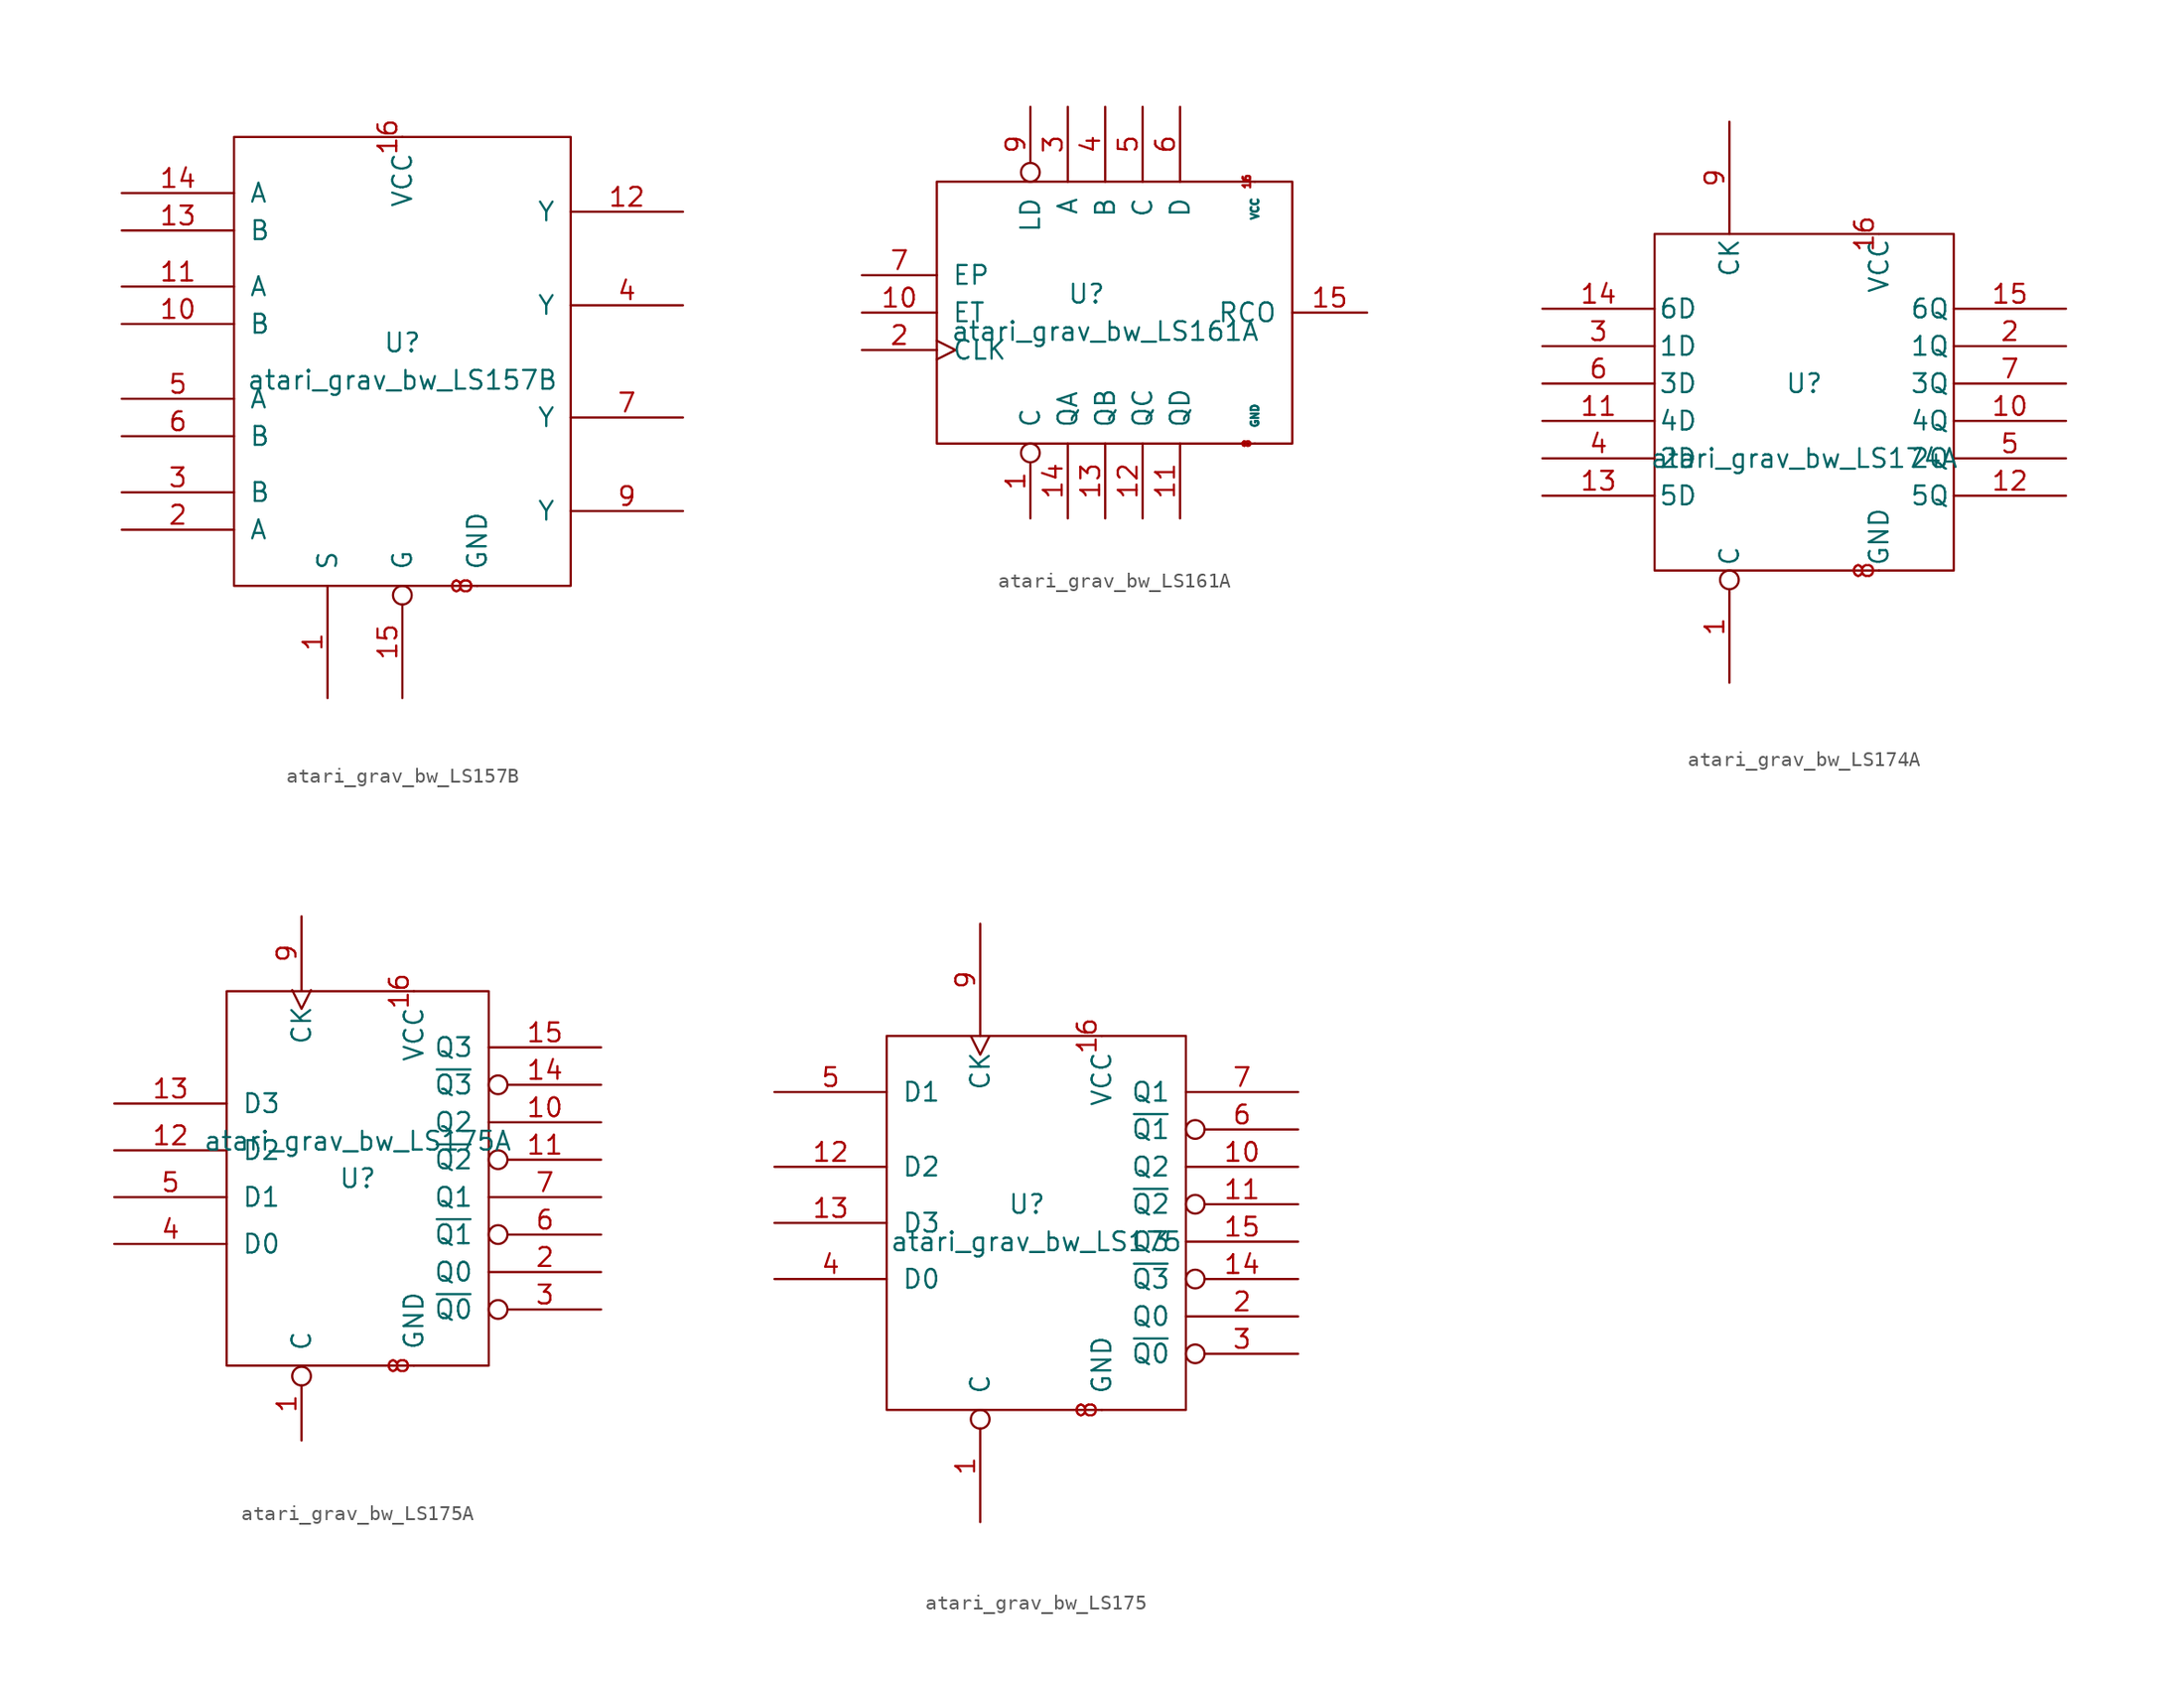
<source format=kicad_sym>
(kicad_symbol_lib
  (version 20211014)
  (generator kicad_symbol_editor)
  (symbol "atari_grav_bw_LS157B"
    (pin_names
      (offset 1.016))
    (property "Reference" "U"
      (at 0 1.27 0)
      (effects (font (size 1.27 1.27))))
    (property "Value" "atari_grav_bw_LS157B"
      (at 0 -1.27 0)
      (effects (font (size 1.27 1.27))))
    (symbol "atari_grav_bw_LS157B_1_1"
      (rectangle (start -11.43 15.24) (end 11.43 -15.24) (stroke (width 0) (type default) (color 0 0 0 0)) (fill (type none)))
      (pin input line (at -5.08 -22.86 90) (length 7.62) (name "S" (effects (font (size 1.27 1.27)))) (number "1" (effects (font (size 1.27 1.27)))))
      (pin input line (at -19.05 2.54 0) (length 7.62) (name "B" (effects (font (size 1.27 1.27)))) (number "10" (effects (font (size 1.27 1.27)))))
      (pin input line (at -19.05 5.08 0) (length 7.62) (name "A" (effects (font (size 1.27 1.27)))) (number "11" (effects (font (size 1.27 1.27)))))
      (pin output line (at 19.05 10.16 180) (length 7.62) (name "Y" (effects (font (size 1.27 1.27)))) (number "12" (effects (font (size 1.27 1.27)))))
      (pin input line (at -19.05 8.89 0) (length 7.62) (name "B" (effects (font (size 1.27 1.27)))) (number "13" (effects (font (size 1.27 1.27)))))
      (pin input line (at -19.05 11.43 0) (length 7.62) (name "A" (effects (font (size 1.27 1.27)))) (number "14" (effects (font (size 1.27 1.27)))))
      (pin input inverted (at 0 -22.86 90) (length 7.62) (name "G" (effects (font (size 1.27 1.27)))) (number "15" (effects (font (size 1.27 1.27)))))
      (pin power_in line (at 0 15.24 270) (length 0) (name "VCC" (effects (font (size 1.27 1.27)))) (number "16" (effects (font (size 1.27 1.27)))))
      (pin input line (at -19.05 -11.43 0) (length 7.62) (name "A" (effects (font (size 1.27 1.27)))) (number "2" (effects (font (size 1.27 1.27)))))
      (pin input line (at -19.05 -8.89 0) (length 7.62) (name "B" (effects (font (size 1.27 1.27)))) (number "3" (effects (font (size 1.27 1.27)))))
      (pin output line (at 19.05 3.81 180) (length 7.62) (name "Y" (effects (font (size 1.27 1.27)))) (number "4" (effects (font (size 1.27 1.27)))))
      (pin input line (at -19.05 -2.54 0) (length 7.62) (name "A" (effects (font (size 1.27 1.27)))) (number "5" (effects (font (size 1.27 1.27)))))
      (pin input line (at -19.05 -5.08 0) (length 7.62) (name "B" (effects (font (size 1.27 1.27)))) (number "6" (effects (font (size 1.27 1.27)))))
      (pin output line (at 19.05 -3.81 180) (length 7.62) (name "Y" (effects (font (size 1.27 1.27)))) (number "7" (effects (font (size 1.27 1.27)))))
      (pin power_in line (at 5.08 -15.24 90) (length 0) (name "GND" (effects (font (size 1.27 1.27)))) (number "8" (effects (font (size 1.27 1.27)))))
      (pin output line (at 19.05 -10.16 180) (length 7.62) (name "Y" (effects (font (size 1.27 1.27)))) (number "9" (effects (font (size 1.27 1.27)))))))
  (symbol "atari_grav_bw_LS161A"
    (pin_names
      (offset 1.016))
    (property "Reference" "U"
      (at -2.54 1.27 0)
      (effects (font (size 1.27 1.27))))
    (property "Value" "atari_grav_bw_LS161A"
      (at -1.27 -1.27 0)
      (effects (font (size 1.27 1.27))))
    (symbol "atari_grav_bw_LS161A_0_1"
      (rectangle (start -12.7 8.89) (end 11.43 -8.89) (stroke (width 0) (type default) (color 0 0 0 0)) (fill (type none))))
    (symbol "atari_grav_bw_LS161A_1_1"
      (pin input inverted (at -6.35 -13.97 90) (length 5.08) (name "C" (effects (font (size 1.27 1.27)))) (number "1" (effects (font (size 1.27 1.27)))))
      (pin input line (at -17.78 0 0) (length 5.08) (name "ET" (effects (font (size 1.27 1.27)))) (number "10" (effects (font (size 1.27 1.27)))))
      (pin output line (at 3.81 -13.97 90) (length 5.08) (name "QD" (effects (font (size 1.27 1.27)))) (number "11" (effects (font (size 1.27 1.27)))))
      (pin output line (at 1.27 -13.97 90) (length 5.08) (name "QC" (effects (font (size 1.27 1.27)))) (number "12" (effects (font (size 1.27 1.27)))))
      (pin output line (at -1.27 -13.97 90) (length 5.08) (name "QB" (effects (font (size 1.27 1.27)))) (number "13" (effects (font (size 1.27 1.27)))))
      (pin output line (at -3.81 -13.97 90) (length 5.08) (name "QA" (effects (font (size 1.27 1.27)))) (number "14" (effects (font (size 1.27 1.27)))))
      (pin output line (at 16.51 0 180) (length 5.08) (name "RCO" (effects (font (size 1.27 1.27)))) (number "15" (effects (font (size 1.27 1.27)))))
      (pin power_in line (at 8.89 8.89 270) (length 0) (name "VCC" (effects (font (size 0.508 0.508)))) (number "16" (effects (font (size 0.508 0.508)))))
      (pin input clock (at -17.78 -2.54 0) (length 5.08) (name "CLK" (effects (font (size 1.27 1.27)))) (number "2" (effects (font (size 1.27 1.27)))))
      (pin input line (at -3.81 13.97 270) (length 5.08) (name "A" (effects (font (size 1.27 1.27)))) (number "3" (effects (font (size 1.27 1.27)))))
      (pin input line (at -1.27 13.97 270) (length 5.08) (name "B" (effects (font (size 1.27 1.27)))) (number "4" (effects (font (size 1.27 1.27)))))
      (pin input line (at 1.27 13.97 270) (length 5.08) (name "C" (effects (font (size 1.27 1.27)))) (number "5" (effects (font (size 1.27 1.27)))))
      (pin input line (at 3.81 13.97 270) (length 5.08) (name "D" (effects (font (size 1.27 1.27)))) (number "6" (effects (font (size 1.27 1.27)))))
      (pin input line (at -17.78 2.54 0) (length 5.08) (name "EP" (effects (font (size 1.27 1.27)))) (number "7" (effects (font (size 1.27 1.27)))))
      (pin power_in line (at 8.89 -8.89 90) (length 0) (name "GND" (effects (font (size 0.508 0.508)))) (number "8" (effects (font (size 0.508 0.508)))))
      (pin input inverted (at -6.35 13.97 270) (length 5.08) (name "LD" (effects (font (size 1.27 1.27)))) (number "9" (effects (font (size 1.27 1.27)))))))
  (symbol "atari_grav_bw_LS174A"
    (pin_names
      (offset 0.254))
    (property "Reference" "U"
      (at 0 1.27 0)
      (effects (font (size 1.27 1.27))))
    (property "Value" "atari_grav_bw_LS174A"
      (at 0 -3.81 0)
      (effects (font (size 1.27 1.27))))
    (symbol "atari_grav_bw_LS174A_0_0"
      (pin power_in line (at 5.08 11.43 270) (length 0) (name "VCC" (effects (font (size 1.27 1.27)))) (number "16" (effects (font (size 1.27 1.27))))))
    (symbol "atari_grav_bw_LS174A_1_0"
      (pin power_in line (at 5.08 -11.43 90) (length 0) (name "GND" (effects (font (size 1.27 1.27)))) (number "8" (effects (font (size 1.27 1.27))))))
    (symbol "atari_grav_bw_LS174A_1_1"
      (rectangle (start -10.16 11.43) (end 10.16 -11.43) (stroke (width 0) (type default) (color 0 0 0 0)) (fill (type none)))
      (pin input inverted (at -5.08 -19.05 90) (length 7.62) (name "C" (effects (font (size 1.27 1.27)))) (number "1" (effects (font (size 1.27 1.27)))))
      (pin output line (at 17.78 -1.27 180) (length 7.62) (name "4Q" (effects (font (size 1.27 1.27)))) (number "10" (effects (font (size 1.27 1.27)))))
      (pin input line (at -17.78 -1.27 0) (length 7.62) (name "4D" (effects (font (size 1.27 1.27)))) (number "11" (effects (font (size 1.27 1.27)))))
      (pin output line (at 17.78 -6.35 180) (length 7.62) (name "5Q" (effects (font (size 1.27 1.27)))) (number "12" (effects (font (size 1.27 1.27)))))
      (pin input line (at -17.78 -6.35 0) (length 7.62) (name "5D" (effects (font (size 1.27 1.27)))) (number "13" (effects (font (size 1.27 1.27)))))
      (pin input line (at -17.78 6.35 0) (length 7.62) (name "6D" (effects (font (size 1.27 1.27)))) (number "14" (effects (font (size 1.27 1.27)))))
      (pin output line (at 17.78 6.35 180) (length 7.62) (name "6Q" (effects (font (size 1.27 1.27)))) (number "15" (effects (font (size 1.27 1.27)))))
      (pin output line (at 17.78 3.81 180) (length 7.62) (name "1Q" (effects (font (size 1.27 1.27)))) (number "2" (effects (font (size 1.27 1.27)))))
      (pin input line (at -17.78 3.81 0) (length 7.62) (name "1D" (effects (font (size 1.27 1.27)))) (number "3" (effects (font (size 1.27 1.27)))))
      (pin input line (at -17.78 -3.81 0) (length 7.62) (name "2D" (effects (font (size 1.27 1.27)))) (number "4" (effects (font (size 1.27 1.27)))))
      (pin output line (at 17.78 -3.81 180) (length 7.62) (name "2Q" (effects (font (size 1.27 1.27)))) (number "5" (effects (font (size 1.27 1.27)))))
      (pin input line (at -17.78 1.27 0) (length 7.62) (name "3D" (effects (font (size 1.27 1.27)))) (number "6" (effects (font (size 1.27 1.27)))))
      (pin output line (at 17.78 1.27 180) (length 7.62) (name "3Q" (effects (font (size 1.27 1.27)))) (number "7" (effects (font (size 1.27 1.27)))))
      (pin input line (at -5.08 19.05 270) (length 7.62) (name "CK" (effects (font (size 1.27 1.27)))) (number "9" (effects (font (size 1.27 1.27)))))))
  (symbol "atari_grav_bw_LS175A"
    (pin_names
      (offset 1.016))
    (property "Reference" "U"
      (at 0 0 0)
      (effects (font (size 1.27 1.27))))
    (property "Value" "atari_grav_bw_LS175A"
      (at 0 2.54 0)
      (effects (font (size 1.27 1.27))))
    (symbol "atari_grav_bw_LS175A_1_1"
      (rectangle (start -8.89 12.7) (end 8.89 -12.7) (stroke (width 0) (type default) (color 0 0 0 0)) (fill (type none)))
      (pin input inverted (at -3.81 -17.78 90) (length 5.004) (name "C" (effects (font (size 1.27 1.27)))) (number "1" (effects (font (size 1.27 1.27)))))
      (pin output line (at 16.51 3.81 180) (length 7.62) (name "Q2" (effects (font (size 1.27 1.27)))) (number "10" (effects (font (size 1.27 1.27)))))
      (pin output inverted (at 16.51 1.27 180) (length 7.62) (name "~{Q2}" (effects (font (size 1.27 1.27)))) (number "11" (effects (font (size 1.27 1.27)))))
      (pin input line (at -16.51 1.905 0) (length 7.62) (name "D2" (effects (font (size 1.27 1.27)))) (number "12" (effects (font (size 1.27 1.27)))))
      (pin input line (at -16.51 5.08 0) (length 7.62) (name "D3" (effects (font (size 1.27 1.27)))) (number "13" (effects (font (size 1.27 1.27)))))
      (pin output inverted (at 16.51 6.35 180) (length 7.62) (name "~{Q3}" (effects (font (size 1.27 1.27)))) (number "14" (effects (font (size 1.27 1.27)))))
      (pin output line (at 16.51 8.89 180) (length 7.62) (name "Q3" (effects (font (size 1.27 1.27)))) (number "15" (effects (font (size 1.27 1.27)))))
      (pin power_in line (at 3.81 12.7 270) (length 0) (name "VCC" (effects (font (size 1.27 1.27)))) (number "16" (effects (font (size 1.27 1.27)))))
      (pin output line (at 16.51 -6.35 180) (length 7.62) (name "Q0" (effects (font (size 1.27 1.27)))) (number "2" (effects (font (size 1.27 1.27)))))
      (pin output inverted (at 16.51 -8.89 180) (length 7.62) (name "~{Q0}" (effects (font (size 1.27 1.27)))) (number "3" (effects (font (size 1.27 1.27)))))
      (pin input line (at -16.51 -4.445 0) (length 7.62) (name "D0" (effects (font (size 1.27 1.27)))) (number "4" (effects (font (size 1.27 1.27)))))
      (pin input line (at -16.51 -1.27 0) (length 7.62) (name "D1" (effects (font (size 1.27 1.27)))) (number "5" (effects (font (size 1.27 1.27)))))
      (pin output inverted (at 16.51 -3.81 180) (length 7.62) (name "~{Q1}" (effects (font (size 1.27 1.27)))) (number "6" (effects (font (size 1.27 1.27)))))
      (pin output line (at 16.51 -1.27 180) (length 7.62) (name "Q1" (effects (font (size 1.27 1.27)))) (number "7" (effects (font (size 1.27 1.27)))))
      (pin power_in line (at 3.81 -12.7 90) (length 0) (name "GND" (effects (font (size 1.27 1.27)))) (number "8" (effects (font (size 1.27 1.27)))))
      (pin input clock (at -3.81 17.78 270) (length 5.004) (name "CK" (effects (font (size 1.27 1.27)))) (number "9" (effects (font (size 1.27 1.27)))))))
  (symbol "atari_grav_bw_LS175"
    (pin_names
      (offset 1.016))
    (property "Reference" "U"
      (at -0.635 1.27 0)
      (effects (font (size 1.27 1.27))))
    (property "Value" "atari_grav_bw_LS175"
      (at 0 -1.27 0)
      (effects (font (size 1.27 1.27))))
    (symbol "atari_grav_bw_LS175_0_0"
      (pin power_in line (at 4.445 12.7 270) (length 0) (name "VCC" (effects (font (size 1.27 1.27)))) (number "16" (effects (font (size 1.27 1.27)))))
      (pin power_in line (at 4.445 -12.7 90) (length 0) (name "GND" (effects (font (size 1.27 1.27)))) (number "8" (effects (font (size 1.27 1.27))))))
    (symbol "atari_grav_bw_LS175_0_1"
      (rectangle (start -10.16 12.7) (end 10.16 -12.7) (stroke (width 0) (type default) (color 0 0 0 0)) (fill (type none))))
    (symbol "atari_grav_bw_LS175_1_1"
      (pin input inverted (at -3.81 -20.32 90) (length 7.62) (name "C" (effects (font (size 1.27 1.27)))) (number "1" (effects (font (size 1.27 1.27)))))
      (pin output line (at 17.78 3.81 180) (length 7.62) (name "Q2" (effects (font (size 1.27 1.27)))) (number "10" (effects (font (size 1.27 1.27)))))
      (pin output inverted (at 17.78 1.27 180) (length 7.62) (name "~{Q2}" (effects (font (size 1.27 1.27)))) (number "11" (effects (font (size 1.27 1.27)))))
      (pin input line (at -17.78 3.81 0) (length 7.62) (name "D2" (effects (font (size 1.27 1.27)))) (number "12" (effects (font (size 1.27 1.27)))))
      (pin input line (at -17.78 0 0) (length 7.62) (name "D3" (effects (font (size 1.27 1.27)))) (number "13" (effects (font (size 1.27 1.27)))))
      (pin output inverted (at 17.78 -3.81 180) (length 7.62) (name "~{Q3}" (effects (font (size 1.27 1.27)))) (number "14" (effects (font (size 1.27 1.27)))))
      (pin output line (at 17.78 -1.27 180) (length 7.62) (name "Q3" (effects (font (size 1.27 1.27)))) (number "15" (effects (font (size 1.27 1.27)))))
      (pin output line (at 17.78 -6.35 180) (length 7.62) (name "Q0" (effects (font (size 1.27 1.27)))) (number "2" (effects (font (size 1.27 1.27)))))
      (pin output inverted (at 17.78 -8.89 180) (length 7.62) (name "~{Q0}" (effects (font (size 1.27 1.27)))) (number "3" (effects (font (size 1.27 1.27)))))
      (pin input line (at -17.78 -3.81 0) (length 7.62) (name "D0" (effects (font (size 1.27 1.27)))) (number "4" (effects (font (size 1.27 1.27)))))
      (pin input line (at -17.78 8.89 0) (length 7.62) (name "D1" (effects (font (size 1.27 1.27)))) (number "5" (effects (font (size 1.27 1.27)))))
      (pin output inverted (at 17.78 6.35 180) (length 7.62) (name "~{Q1}" (effects (font (size 1.27 1.27)))) (number "6" (effects (font (size 1.27 1.27)))))
      (pin output line (at 17.78 8.89 180) (length 7.62) (name "Q1" (effects (font (size 1.27 1.27)))) (number "7" (effects (font (size 1.27 1.27)))))
      (pin input clock (at -3.81 20.32 270) (length 7.62) (name "CK" (effects (font (size 1.27 1.27)))) (number "9" (effects (font (size 1.27 1.27))))))))
</source>
